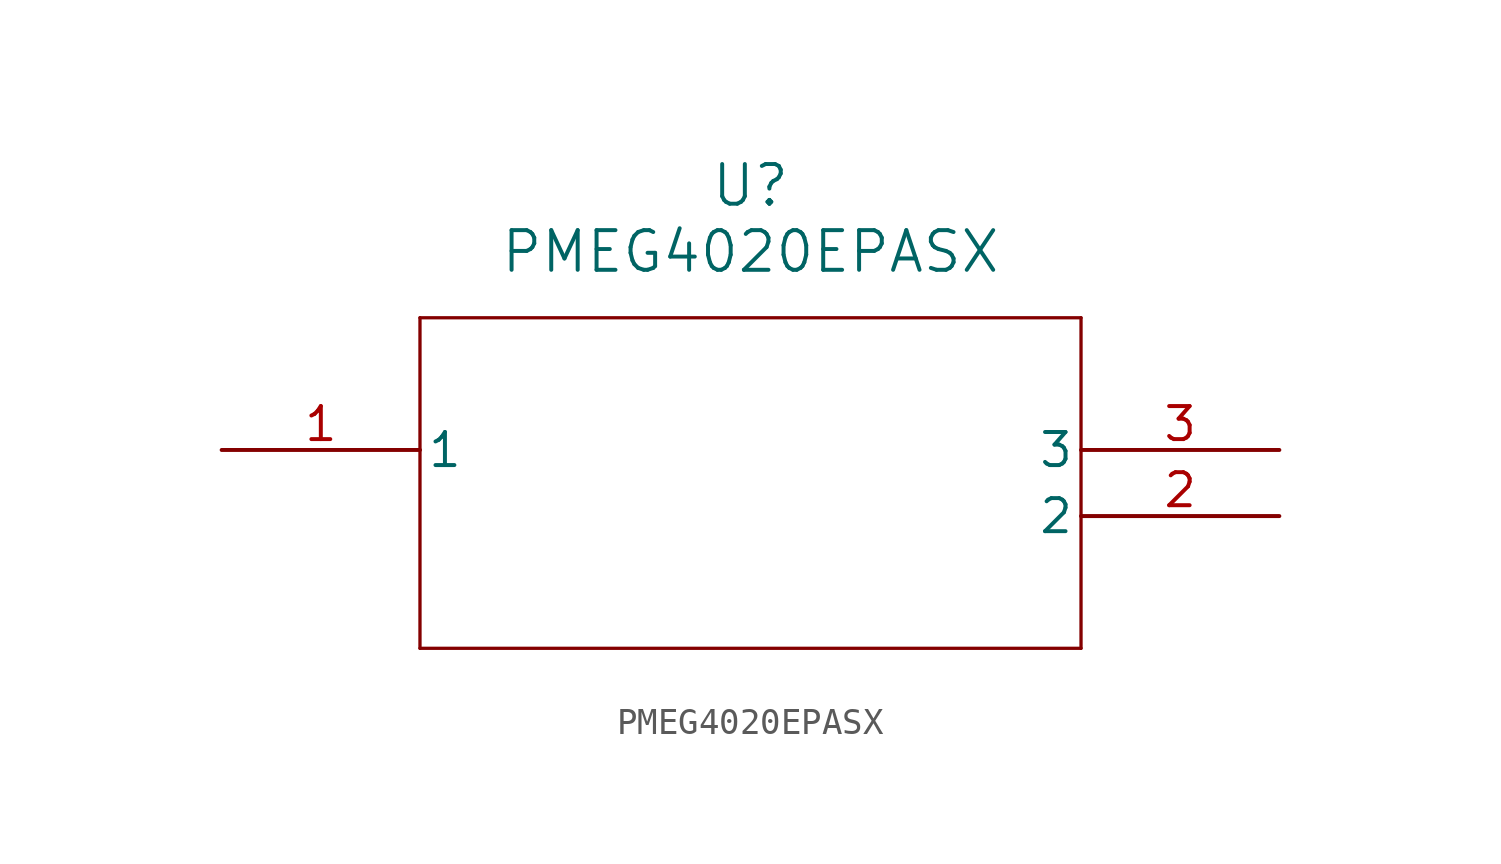
<source format=kicad_sym>
(kicad_symbol_lib
  (version 20211014)
  (generator kicad_symbol_editor)
  (symbol "PMEG4020EPASX"
    (pin_names
      (offset 0.254))
    (property "Reference" "U"
      (at 20.32 10.16 0)
      (effects (font (size 1.524 1.524))))
    (property "Value" "PMEG4020EPASX"
      (at 20.32 7.62 0)
      (effects (font (size 1.524 1.524))))
    (symbol "PMEG4020EPASX_0_1"
      (polyline (pts (xy 7.62 5.08) (xy 7.62 -7.62)) (stroke (width 0.127) (type default) (color 0 0 0 0)) (fill (type none)))
      (polyline (pts (xy 7.62 -7.62) (xy 33.02 -7.62)) (stroke (width 0.127) (type default) (color 0 0 0 0)) (fill (type none)))
      (polyline (pts (xy 33.02 -7.62) (xy 33.02 5.08)) (stroke (width 0.127) (type default) (color 0 0 0 0)) (fill (type none)))
      (polyline (pts (xy 33.02 5.08) (xy 7.62 5.08)) (stroke (width 0.127) (type default) (color 0 0 0 0)) (fill (type none)))
      (pin unspecified line (at 0 0 0) (length 7.62) (name "1" (effects (font (size 1.27 1.27)))) (number "1" (effects (font (size 1.27 1.27)))))
      (pin unspecified line (at 40.64 -2.54 180) (length 7.62) (name "2" (effects (font (size 1.27 1.27)))) (number "2" (effects (font (size 1.27 1.27)))))
      (pin unspecified line (at 40.64 0 180) (length 7.62) (name "3" (effects (font (size 1.27 1.27)))) (number "3" (effects (font (size 1.27 1.27))))))))
</source>
